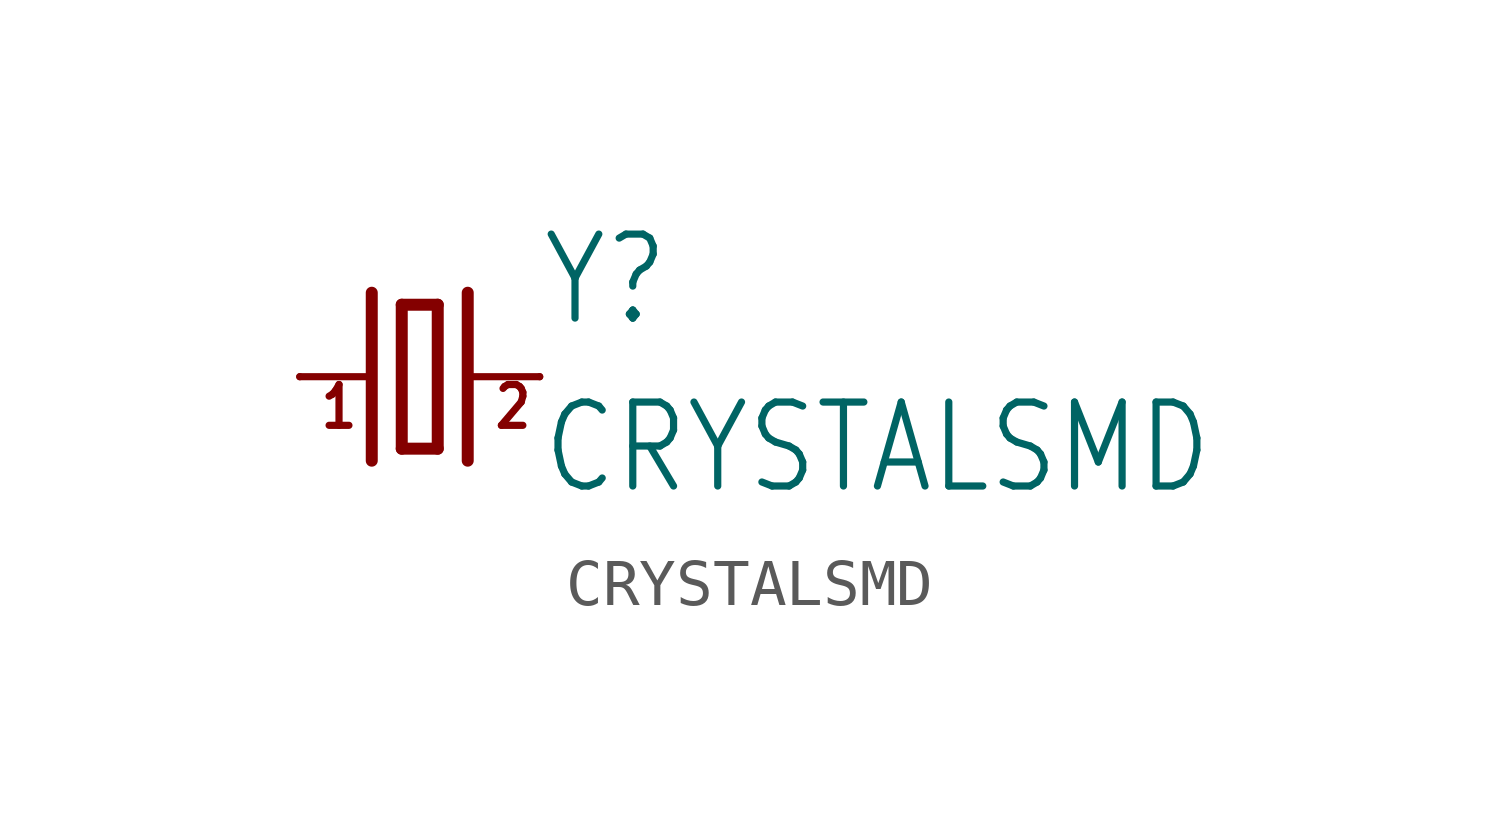
<source format=kicad_sym>
(kicad_symbol_lib
  (version 20211014)
  (generator kicad_symbol_editor)
  (symbol "CRYSTALSMD"
    (property "Reference" "Y"
      (at 2.54 1.016 0)
      (effects (font (size 1.778 1.511)) (justify left bottom)))
    (property "Value" "CRYSTALSMD"
      (at 2.54 -2.54 0)
      (effects (font (size 1.778 1.511)) (justify left bottom)))
    (property "ki_locked" ""
      (at 0 0 0)
      (effects (font (size 1.27 1.27))))
    (symbol "CRYSTALSMD_1_0"
      (polyline (pts (xy -2.54 0) (xy -1.016 0)) (stroke (width 0.152) (type default) (color 0 0 0 0)) (fill (type none)))
      (polyline (pts (xy -1.016 1.778) (xy -1.016 -1.778)) (stroke (width 0.254) (type default) (color 0 0 0 0)) (fill (type none)))
      (polyline (pts (xy -0.381 -1.524) (xy 0.381 -1.524)) (stroke (width 0.254) (type default) (color 0 0 0 0)) (fill (type none)))
      (polyline (pts (xy -0.381 1.524) (xy -0.381 -1.524)) (stroke (width 0.254) (type default) (color 0 0 0 0)) (fill (type none)))
      (polyline (pts (xy 0.381 -1.524) (xy 0.381 1.524)) (stroke (width 0.254) (type default) (color 0 0 0 0)) (fill (type none)))
      (polyline (pts (xy 0.381 1.524) (xy -0.381 1.524)) (stroke (width 0.254) (type default) (color 0 0 0 0)) (fill (type none)))
      (polyline (pts (xy 1.016 0) (xy 2.54 0)) (stroke (width 0.152) (type default) (color 0 0 0 0)) (fill (type none)))
      (polyline (pts (xy 1.016 1.778) (xy 1.016 -1.778)) (stroke (width 0.254) (type default) (color 0 0 0 0)) (fill (type none)))
      (text "1" (at -2.159 -1.143 0) (effects (font (size 0.864 0.734)) (justify left bottom)))
      (text "2" (at 1.524 -1.143 0) (effects (font (size 0.864 0.734)) (justify left bottom)))
      (pin passive line (at -2.54 0 0) (length 0) (name "1" (effects (font (size 0 0)))) (number "1" (effects (font (size 0 0)))))
      (pin passive line (at 2.54 0 180) (length 0) (name "2" (effects (font (size 0 0)))) (number "2" (effects (font (size 0 0))))))))
</source>
